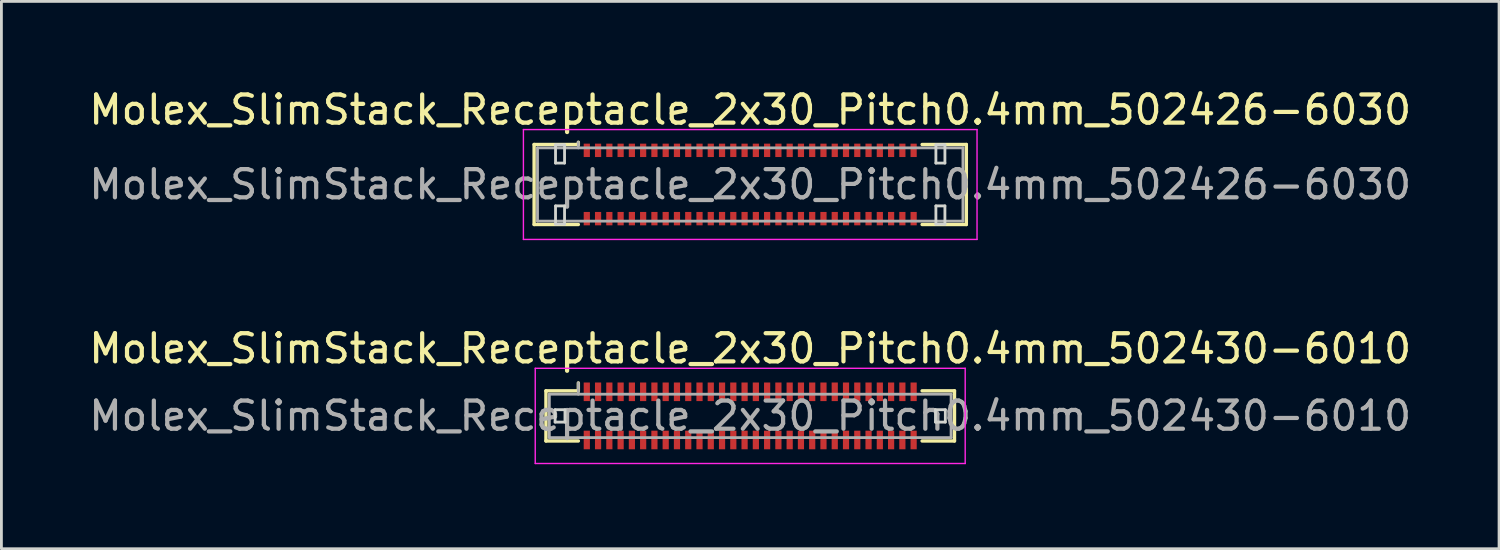
<source format=kicad_pcb>
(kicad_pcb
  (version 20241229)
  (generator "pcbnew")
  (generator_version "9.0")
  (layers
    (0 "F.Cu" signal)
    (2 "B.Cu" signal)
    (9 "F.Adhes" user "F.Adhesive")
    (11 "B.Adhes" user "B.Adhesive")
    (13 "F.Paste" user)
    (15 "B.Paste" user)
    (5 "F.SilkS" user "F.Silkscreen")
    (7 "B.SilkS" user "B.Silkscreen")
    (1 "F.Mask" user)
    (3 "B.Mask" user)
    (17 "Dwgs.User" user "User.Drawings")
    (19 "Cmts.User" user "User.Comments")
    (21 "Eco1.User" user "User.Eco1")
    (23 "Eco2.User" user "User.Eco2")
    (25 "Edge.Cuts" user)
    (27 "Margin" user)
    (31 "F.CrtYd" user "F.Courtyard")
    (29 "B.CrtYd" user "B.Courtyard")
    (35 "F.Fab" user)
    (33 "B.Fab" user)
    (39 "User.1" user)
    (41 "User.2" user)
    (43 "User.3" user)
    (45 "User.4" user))
  (footprint "Molex_SlimStack_Receptacle_2x30_Pitch0.4mm_502430-6010"
    (layer "F.Cu")
    (at 23.577 11.711)
    (property "Reference" "Molex_SlimStack_Receptacle_2x30_Pitch0.4mm_502430-6010" (at 0 -2.39 0) (layer "F.SilkS") (effects (font (size 1 1) (thickness 0.15))))
    (attr smd)
    (fp_line (start -7.25 -0.89) (end -6.1 -0.89) (stroke (width 0.12) (type solid)) (layer "F.SilkS"))
    (fp_line (start -7.25 0.89) (end -7.25 -0.89) (stroke (width 0.12) (type solid)) (layer "F.SilkS"))
    (fp_line (start -6.1 -0.89) (end -6.1 -1.17) (stroke (width 0.12) (type solid)) (layer "F.SilkS"))
    (fp_line (start -6.1 0.89) (end -7.25 0.89) (stroke (width 0.12) (type solid)) (layer "F.SilkS"))
    (fp_line (start 6.1 0.89) (end 7.25 0.89) (stroke (width 0.12) (type solid)) (layer "F.SilkS"))
    (fp_line (start 7.25 -0.89) (end 6.1 -0.89) (stroke (width 0.12) (type solid)) (layer "F.SilkS"))
    (fp_line (start 7.25 0.89) (end 7.25 -0.89) (stroke (width 0.12) (type solid)) (layer "F.SilkS"))
    (fp_line (start -6.925 -0.22) (end -6.925 0.22) (stroke (width 0.1) (type solid)) (layer "Edge.Cuts"))
    (fp_line (start -6.925 0.22) (end -6.575 0.22) (stroke (width 0.1) (type solid)) (layer "Edge.Cuts"))
    (fp_line (start -6.575 -0.22) (end -6.925 -0.22) (stroke (width 0.1) (type solid)) (layer "Edge.Cuts"))
    (fp_line (start -6.575 0.22) (end -6.575 -0.22) (stroke (width 0.1) (type solid)) (layer "Edge.Cuts"))
    (fp_line (start 6.575 -0.22) (end 6.575 0.22) (stroke (width 0.1) (type solid)) (layer "Edge.Cuts"))
    (fp_line (start 6.575 0.22) (end 6.925 0.22) (stroke (width 0.1) (type solid)) (layer "Edge.Cuts"))
    (fp_line (start 6.925 -0.22) (end 6.575 -0.22) (stroke (width 0.1) (type solid)) (layer "Edge.Cuts"))
    (fp_line (start 6.925 0.22) (end 6.925 -0.22) (stroke (width 0.1) (type solid)) (layer "Edge.Cuts"))
    (fp_line (start -7.63 -1.69) (end -7.63 1.69) (stroke (width 0.05) (type solid)) (layer "F.CrtYd"))
    (fp_line (start -7.63 1.69) (end 7.63 1.69) (stroke (width 0.05) (type solid)) (layer "F.CrtYd"))
    (fp_line (start 7.63 -1.69) (end -7.63 -1.69) (stroke (width 0.05) (type solid)) (layer "F.CrtYd"))
    (fp_line (start 7.63 1.69) (end 7.63 -1.69) (stroke (width 0.05) (type solid)) (layer "F.CrtYd"))
    (fp_line (start -7.13 -0.77) (end -7.13 0.77) (stroke (width 0.1) (type solid)) (layer "F.Fab"))
    (fp_line (start -7.13 0.77) (end 7.13 0.77) (stroke (width 0.1) (type solid)) (layer "F.Fab"))
    (fp_line (start -6.1 -0.77) (end -6.1 -1.17) (stroke (width 0.1) (type solid)) (layer "F.Fab"))
    (fp_line (start 7.13 -0.77) (end -7.13 -0.77) (stroke (width 0.1) (type solid)) (layer "F.Fab"))
    (fp_line (start 7.13 0.77) (end 7.13 -0.77) (stroke (width 0.1) (type solid)) (layer "F.Fab"))
    (fp_text user "${REFERENCE}" (at 0 0 0) (layer "F.Fab") (effects (font (size 1 1) (thickness 0.15))))
    (pad "1" smd rect (at -5.8 -0.855) (size 0.22 0.66) (layers "F.Cu" "F.Mask" "F.Paste"))
    (pad "2" smd rect (at -5.8 0.855) (size 0.22 0.66) (layers "F.Cu" "F.Mask" "F.Paste"))
    (pad "3" smd rect (at -5.4 -0.855) (size 0.22 0.66) (layers "F.Cu" "F.Mask" "F.Paste"))
    (pad "4" smd rect (at -5.4 0.855) (size 0.22 0.66) (layers "F.Cu" "F.Mask" "F.Paste"))
    (pad "5" smd rect (at -5 -0.855) (size 0.22 0.66) (layers "F.Cu" "F.Mask" "F.Paste"))
    (pad "6" smd rect (at -5 0.855) (size 0.22 0.66) (layers "F.Cu" "F.Mask" "F.Paste"))
    (pad "7" smd rect (at -4.6 -0.855) (size 0.22 0.66) (layers "F.Cu" "F.Mask" "F.Paste"))
    (pad "8" smd rect (at -4.6 0.855) (size 0.22 0.66) (layers "F.Cu" "F.Mask" "F.Paste"))
    (pad "9" smd rect (at -4.2 -0.855) (size 0.22 0.66) (layers "F.Cu" "F.Mask" "F.Paste"))
    (pad "10" smd rect (at -4.2 0.855) (size 0.22 0.66) (layers "F.Cu" "F.Mask" "F.Paste"))
    (pad "11" smd rect (at -3.8 -0.855) (size 0.22 0.66) (layers "F.Cu" "F.Mask" "F.Paste"))
    (pad "12" smd rect (at -3.8 0.855) (size 0.22 0.66) (layers "F.Cu" "F.Mask" "F.Paste"))
    (pad "13" smd rect (at -3.4 -0.855) (size 0.22 0.66) (layers "F.Cu" "F.Mask" "F.Paste"))
    (pad "14" smd rect (at -3.4 0.855) (size 0.22 0.66) (layers "F.Cu" "F.Mask" "F.Paste"))
    (pad "15" smd rect (at -3 -0.855) (size 0.22 0.66) (layers "F.Cu" "F.Mask" "F.Paste"))
    (pad "16" smd rect (at -3 0.855) (size 0.22 0.66) (layers "F.Cu" "F.Mask" "F.Paste"))
    (pad "17" smd rect (at -2.6 -0.855) (size 0.22 0.66) (layers "F.Cu" "F.Mask" "F.Paste"))
    (pad "18" smd rect (at -2.6 0.855) (size 0.22 0.66) (layers "F.Cu" "F.Mask" "F.Paste"))
    (pad "19" smd rect (at -2.2 -0.855) (size 0.22 0.66) (layers "F.Cu" "F.Mask" "F.Paste"))
    (pad "20" smd rect (at -2.2 0.855) (size 0.22 0.66) (layers "F.Cu" "F.Mask" "F.Paste"))
    (pad "21" smd rect (at -1.8 -0.855) (size 0.22 0.66) (layers "F.Cu" "F.Mask" "F.Paste"))
    (pad "22" smd rect (at -1.8 0.855) (size 0.22 0.66) (layers "F.Cu" "F.Mask" "F.Paste"))
    (pad "23" smd rect (at -1.4 -0.855) (size 0.22 0.66) (layers "F.Cu" "F.Mask" "F.Paste"))
    (pad "24" smd rect (at -1.4 0.855) (size 0.22 0.66) (layers "F.Cu" "F.Mask" "F.Paste"))
    (pad "25" smd rect (at -1 -0.855) (size 0.22 0.66) (layers "F.Cu" "F.Mask" "F.Paste"))
    (pad "26" smd rect (at -1 0.855) (size 0.22 0.66) (layers "F.Cu" "F.Mask" "F.Paste"))
    (pad "27" smd rect (at -0.6 -0.855) (size 0.22 0.66) (layers "F.Cu" "F.Mask" "F.Paste"))
    (pad "28" smd rect (at -0.6 0.855) (size 0.22 0.66) (layers "F.Cu" "F.Mask" "F.Paste"))
    (pad "29" smd rect (at -0.2 -0.855) (size 0.22 0.66) (layers "F.Cu" "F.Mask" "F.Paste"))
    (pad "30" smd rect (at -0.2 0.855) (size 0.22 0.66) (layers "F.Cu" "F.Mask" "F.Paste"))
    (pad "31" smd rect (at 0.2 -0.855) (size 0.22 0.66) (layers "F.Cu" "F.Mask" "F.Paste"))
    (pad "32" smd rect (at 0.2 0.855) (size 0.22 0.66) (layers "F.Cu" "F.Mask" "F.Paste"))
    (pad "33" smd rect (at 0.6 -0.855) (size 0.22 0.66) (layers "F.Cu" "F.Mask" "F.Paste"))
    (pad "34" smd rect (at 0.6 0.855) (size 0.22 0.66) (layers "F.Cu" "F.Mask" "F.Paste"))
    (pad "35" smd rect (at 1 -0.855) (size 0.22 0.66) (layers "F.Cu" "F.Mask" "F.Paste"))
    (pad "36" smd rect (at 1 0.855) (size 0.22 0.66) (layers "F.Cu" "F.Mask" "F.Paste"))
    (pad "37" smd rect (at 1.4 -0.855) (size 0.22 0.66) (layers "F.Cu" "F.Mask" "F.Paste"))
    (pad "38" smd rect (at 1.4 0.855) (size 0.22 0.66) (layers "F.Cu" "F.Mask" "F.Paste"))
    (pad "39" smd rect (at 1.8 -0.855) (size 0.22 0.66) (layers "F.Cu" "F.Mask" "F.Paste"))
    (pad "40" smd rect (at 1.8 0.855) (size 0.22 0.66) (layers "F.Cu" "F.Mask" "F.Paste"))
    (pad "41" smd rect (at 2.2 -0.855) (size 0.22 0.66) (layers "F.Cu" "F.Mask" "F.Paste"))
    (pad "42" smd rect (at 2.2 0.855) (size 0.22 0.66) (layers "F.Cu" "F.Mask" "F.Paste"))
    (pad "43" smd rect (at 2.6 -0.855) (size 0.22 0.66) (layers "F.Cu" "F.Mask" "F.Paste"))
    (pad "44" smd rect (at 2.6 0.855) (size 0.22 0.66) (layers "F.Cu" "F.Mask" "F.Paste"))
    (pad "45" smd rect (at 3 -0.855) (size 0.22 0.66) (layers "F.Cu" "F.Mask" "F.Paste"))
    (pad "46" smd rect (at 3 0.855) (size 0.22 0.66) (layers "F.Cu" "F.Mask" "F.Paste"))
    (pad "47" smd rect (at 3.4 -0.855) (size 0.22 0.66) (layers "F.Cu" "F.Mask" "F.Paste"))
    (pad "48" smd rect (at 3.4 0.855) (size 0.22 0.66) (layers "F.Cu" "F.Mask" "F.Paste"))
    (pad "49" smd rect (at 3.8 -0.855) (size 0.22 0.66) (layers "F.Cu" "F.Mask" "F.Paste"))
    (pad "50" smd rect (at 3.8 0.855) (size 0.22 0.66) (layers "F.Cu" "F.Mask" "F.Paste"))
    (pad "51" smd rect (at 4.2 -0.855) (size 0.22 0.66) (layers "F.Cu" "F.Mask" "F.Paste"))
    (pad "52" smd rect (at 4.2 0.855) (size 0.22 0.66) (layers "F.Cu" "F.Mask" "F.Paste"))
    (pad "53" smd rect (at 4.6 -0.855) (size 0.22 0.66) (layers "F.Cu" "F.Mask" "F.Paste"))
    (pad "54" smd rect (at 4.6 0.855) (size 0.22 0.66) (layers "F.Cu" "F.Mask" "F.Paste"))
    (pad "55" smd rect (at 5 -0.855) (size 0.22 0.66) (layers "F.Cu" "F.Mask" "F.Paste"))
    (pad "56" smd rect (at 5 0.855) (size 0.22 0.66) (layers "F.Cu" "F.Mask" "F.Paste"))
    (pad "57" smd rect (at 5.4 -0.855) (size 0.22 0.66) (layers "F.Cu" "F.Mask" "F.Paste"))
    (pad "58" smd rect (at 5.4 0.855) (size 0.22 0.66) (layers "F.Cu" "F.Mask" "F.Paste"))
    (pad "59" smd rect (at 5.8 -0.855) (size 0.22 0.66) (layers "F.Cu" "F.Mask" "F.Paste"))
    (pad "60" smd rect (at 5.8 0.855) (size 0.22 0.66) (layers "F.Cu" "F.Mask" "F.Paste")))
  (footprint "Molex_SlimStack_Receptacle_2x30_Pitch0.4mm_502426-6030"
    (layer "F.Cu")
    (at 23.577 3.498)
    (property "Reference" "Molex_SlimStack_Receptacle_2x30_Pitch0.4mm_502426-6030" (at 0 -2.65 0) (layer "F.SilkS") (effects (font (size 1 1) (thickness 0.15))))
    (attr smd)
    (fp_line (start -7.67 -1.42) (end -6.1 -1.42) (stroke (width 0.12) (type solid)) (layer "F.SilkS"))
    (fp_line (start -7.67 1.42) (end -7.67 -1.42) (stroke (width 0.12) (type solid)) (layer "F.SilkS"))
    (fp_line (start -6.1 -1.42) (end -6.1 -1.5) (stroke (width 0.12) (type solid)) (layer "F.SilkS"))
    (fp_line (start -6.1 1.42) (end -7.67 1.42) (stroke (width 0.12) (type solid)) (layer "F.SilkS"))
    (fp_line (start 6.1 1.42) (end 7.67 1.42) (stroke (width 0.12) (type solid)) (layer "F.SilkS"))
    (fp_line (start 7.67 -1.42) (end 6.1 -1.42) (stroke (width 0.12) (type solid)) (layer "F.SilkS"))
    (fp_line (start 7.67 1.42) (end 7.67 -1.42) (stroke (width 0.12) (type solid)) (layer "F.SilkS"))
    (fp_line (start -6.91 -1.41) (end -6.91 -0.76) (stroke (width 0.1) (type solid)) (layer "Edge.Cuts"))
    (fp_line (start -6.91 -0.76) (end -6.59 -0.76) (stroke (width 0.1) (type solid)) (layer "Edge.Cuts"))
    (fp_line (start -6.91 0.76) (end -6.91 1.41) (stroke (width 0.1) (type solid)) (layer "Edge.Cuts"))
    (fp_line (start -6.91 1.41) (end -6.59 1.41) (stroke (width 0.1) (type solid)) (layer "Edge.Cuts"))
    (fp_line (start -6.59 -1.41) (end -6.91 -1.41) (stroke (width 0.1) (type solid)) (layer "Edge.Cuts"))
    (fp_line (start -6.59 -0.76) (end -6.59 -1.41) (stroke (width 0.1) (type solid)) (layer "Edge.Cuts"))
    (fp_line (start -6.59 0.76) (end -6.91 0.76) (stroke (width 0.1) (type solid)) (layer "Edge.Cuts"))
    (fp_line (start -6.59 1.41) (end -6.59 0.76) (stroke (width 0.1) (type solid)) (layer "Edge.Cuts"))
    (fp_line (start 6.59 -1.41) (end 6.59 -0.76) (stroke (width 0.1) (type solid)) (layer "Edge.Cuts"))
    (fp_line (start 6.59 -0.76) (end 6.91 -0.76) (stroke (width 0.1) (type solid)) (layer "Edge.Cuts"))
    (fp_line (start 6.59 0.76) (end 6.59 1.41) (stroke (width 0.1) (type solid)) (layer "Edge.Cuts"))
    (fp_line (start 6.59 1.41) (end 6.91 1.41) (stroke (width 0.1) (type solid)) (layer "Edge.Cuts"))
    (fp_line (start 6.91 -1.41) (end 6.59 -1.41) (stroke (width 0.1) (type solid)) (layer "Edge.Cuts"))
    (fp_line (start 6.91 -0.76) (end 6.91 -1.41) (stroke (width 0.1) (type solid)) (layer "Edge.Cuts"))
    (fp_line (start 6.91 0.76) (end 6.59 0.76) (stroke (width 0.1) (type solid)) (layer "Edge.Cuts"))
    (fp_line (start 6.91 1.41) (end 6.91 0.76) (stroke (width 0.1) (type solid)) (layer "Edge.Cuts"))
    (fp_line (start -8.05 -1.95) (end -8.05 1.95) (stroke (width 0.05) (type solid)) (layer "F.CrtYd"))
    (fp_line (start -8.05 1.95) (end 8.05 1.95) (stroke (width 0.05) (type solid)) (layer "F.CrtYd"))
    (fp_line (start 8.05 -1.95) (end -8.05 -1.95) (stroke (width 0.05) (type solid)) (layer "F.CrtYd"))
    (fp_line (start 8.05 1.95) (end 8.05 -1.95) (stroke (width 0.05) (type solid)) (layer "F.CrtYd"))
    (fp_line (start -7.55 -1.3) (end -7.55 1.3) (stroke (width 0.1) (type solid)) (layer "F.Fab"))
    (fp_line (start -7.55 1.3) (end 7.55 1.3) (stroke (width 0.1) (type solid)) (layer "F.Fab"))
    (fp_line (start -6.1 -1.3) (end -6.1 -1.5) (stroke (width 0.1) (type solid)) (layer "F.Fab"))
    (fp_line (start 7.55 -1.3) (end -7.55 -1.3) (stroke (width 0.1) (type solid)) (layer "F.Fab"))
    (fp_line (start 7.55 1.3) (end 7.55 -1.3) (stroke (width 0.1) (type solid)) (layer "F.Fab"))
    (fp_text user "${REFERENCE}" (at 0 0 0) (layer "F.Fab") (effects (font (size 1 1) (thickness 0.15))))
    (pad "1" smd rect (at -5.8 -1.212) (size 0.22 0.475) (layers "F.Cu" "F.Mask" "F.Paste"))
    (pad "2" smd rect (at -5.8 1.212) (size 0.22 0.475) (layers "F.Cu" "F.Mask" "F.Paste"))
    (pad "3" smd rect (at -5.4 -1.212) (size 0.22 0.475) (layers "F.Cu" "F.Mask" "F.Paste"))
    (pad "4" smd rect (at -5.4 1.212) (size 0.22 0.475) (layers "F.Cu" "F.Mask" "F.Paste"))
    (pad "5" smd rect (at -5 -1.212) (size 0.22 0.475) (layers "F.Cu" "F.Mask" "F.Paste"))
    (pad "6" smd rect (at -5 1.212) (size 0.22 0.475) (layers "F.Cu" "F.Mask" "F.Paste"))
    (pad "7" smd rect (at -4.6 -1.212) (size 0.22 0.475) (layers "F.Cu" "F.Mask" "F.Paste"))
    (pad "8" smd rect (at -4.6 1.212) (size 0.22 0.475) (layers "F.Cu" "F.Mask" "F.Paste"))
    (pad "9" smd rect (at -4.2 -1.212) (size 0.22 0.475) (layers "F.Cu" "F.Mask" "F.Paste"))
    (pad "10" smd rect (at -4.2 1.212) (size 0.22 0.475) (layers "F.Cu" "F.Mask" "F.Paste"))
    (pad "11" smd rect (at -3.8 -1.212) (size 0.22 0.475) (layers "F.Cu" "F.Mask" "F.Paste"))
    (pad "12" smd rect (at -3.8 1.212) (size 0.22 0.475) (layers "F.Cu" "F.Mask" "F.Paste"))
    (pad "13" smd rect (at -3.4 -1.212) (size 0.22 0.475) (layers "F.Cu" "F.Mask" "F.Paste"))
    (pad "14" smd rect (at -3.4 1.212) (size 0.22 0.475) (layers "F.Cu" "F.Mask" "F.Paste"))
    (pad "15" smd rect (at -3 -1.212) (size 0.22 0.475) (layers "F.Cu" "F.Mask" "F.Paste"))
    (pad "16" smd rect (at -3 1.212) (size 0.22 0.475) (layers "F.Cu" "F.Mask" "F.Paste"))
    (pad "17" smd rect (at -2.6 -1.212) (size 0.22 0.475) (layers "F.Cu" "F.Mask" "F.Paste"))
    (pad "18" smd rect (at -2.6 1.212) (size 0.22 0.475) (layers "F.Cu" "F.Mask" "F.Paste"))
    (pad "19" smd rect (at -2.2 -1.212) (size 0.22 0.475) (layers "F.Cu" "F.Mask" "F.Paste"))
    (pad "20" smd rect (at -2.2 1.212) (size 0.22 0.475) (layers "F.Cu" "F.Mask" "F.Paste"))
    (pad "21" smd rect (at -1.8 -1.212) (size 0.22 0.475) (layers "F.Cu" "F.Mask" "F.Paste"))
    (pad "22" smd rect (at -1.8 1.212) (size 0.22 0.475) (layers "F.Cu" "F.Mask" "F.Paste"))
    (pad "23" smd rect (at -1.4 -1.212) (size 0.22 0.475) (layers "F.Cu" "F.Mask" "F.Paste"))
    (pad "24" smd rect (at -1.4 1.212) (size 0.22 0.475) (layers "F.Cu" "F.Mask" "F.Paste"))
    (pad "25" smd rect (at -1 -1.212) (size 0.22 0.475) (layers "F.Cu" "F.Mask" "F.Paste"))
    (pad "26" smd rect (at -1 1.212) (size 0.22 0.475) (layers "F.Cu" "F.Mask" "F.Paste"))
    (pad "27" smd rect (at -0.6 -1.212) (size 0.22 0.475) (layers "F.Cu" "F.Mask" "F.Paste"))
    (pad "28" smd rect (at -0.6 1.212) (size 0.22 0.475) (layers "F.Cu" "F.Mask" "F.Paste"))
    (pad "29" smd rect (at -0.2 -1.212) (size 0.22 0.475) (layers "F.Cu" "F.Mask" "F.Paste"))
    (pad "30" smd rect (at -0.2 1.212) (size 0.22 0.475) (layers "F.Cu" "F.Mask" "F.Paste"))
    (pad "31" smd rect (at 0.2 -1.212) (size 0.22 0.475) (layers "F.Cu" "F.Mask" "F.Paste"))
    (pad "32" smd rect (at 0.2 1.212) (size 0.22 0.475) (layers "F.Cu" "F.Mask" "F.Paste"))
    (pad "33" smd rect (at 0.6 -1.212) (size 0.22 0.475) (layers "F.Cu" "F.Mask" "F.Paste"))
    (pad "34" smd rect (at 0.6 1.212) (size 0.22 0.475) (layers "F.Cu" "F.Mask" "F.Paste"))
    (pad "35" smd rect (at 1 -1.212) (size 0.22 0.475) (layers "F.Cu" "F.Mask" "F.Paste"))
    (pad "36" smd rect (at 1 1.212) (size 0.22 0.475) (layers "F.Cu" "F.Mask" "F.Paste"))
    (pad "37" smd rect (at 1.4 -1.212) (size 0.22 0.475) (layers "F.Cu" "F.Mask" "F.Paste"))
    (pad "38" smd rect (at 1.4 1.212) (size 0.22 0.475) (layers "F.Cu" "F.Mask" "F.Paste"))
    (pad "39" smd rect (at 1.8 -1.212) (size 0.22 0.475) (layers "F.Cu" "F.Mask" "F.Paste"))
    (pad "40" smd rect (at 1.8 1.212) (size 0.22 0.475) (layers "F.Cu" "F.Mask" "F.Paste"))
    (pad "41" smd rect (at 2.2 -1.212) (size 0.22 0.475) (layers "F.Cu" "F.Mask" "F.Paste"))
    (pad "42" smd rect (at 2.2 1.212) (size 0.22 0.475) (layers "F.Cu" "F.Mask" "F.Paste"))
    (pad "43" smd rect (at 2.6 -1.212) (size 0.22 0.475) (layers "F.Cu" "F.Mask" "F.Paste"))
    (pad "44" smd rect (at 2.6 1.212) (size 0.22 0.475) (layers "F.Cu" "F.Mask" "F.Paste"))
    (pad "45" smd rect (at 3 -1.212) (size 0.22 0.475) (layers "F.Cu" "F.Mask" "F.Paste"))
    (pad "46" smd rect (at 3 1.212) (size 0.22 0.475) (layers "F.Cu" "F.Mask" "F.Paste"))
    (pad "47" smd rect (at 3.4 -1.212) (size 0.22 0.475) (layers "F.Cu" "F.Mask" "F.Paste"))
    (pad "48" smd rect (at 3.4 1.212) (size 0.22 0.475) (layers "F.Cu" "F.Mask" "F.Paste"))
    (pad "49" smd rect (at 3.8 -1.212) (size 0.22 0.475) (layers "F.Cu" "F.Mask" "F.Paste"))
    (pad "50" smd rect (at 3.8 1.212) (size 0.22 0.475) (layers "F.Cu" "F.Mask" "F.Paste"))
    (pad "51" smd rect (at 4.2 -1.212) (size 0.22 0.475) (layers "F.Cu" "F.Mask" "F.Paste"))
    (pad "52" smd rect (at 4.2 1.212) (size 0.22 0.475) (layers "F.Cu" "F.Mask" "F.Paste"))
    (pad "53" smd rect (at 4.6 -1.212) (size 0.22 0.475) (layers "F.Cu" "F.Mask" "F.Paste"))
    (pad "54" smd rect (at 4.6 1.212) (size 0.22 0.475) (layers "F.Cu" "F.Mask" "F.Paste"))
    (pad "55" smd rect (at 5 -1.212) (size 0.22 0.475) (layers "F.Cu" "F.Mask" "F.Paste"))
    (pad "56" smd rect (at 5 1.212) (size 0.22 0.475) (layers "F.Cu" "F.Mask" "F.Paste"))
    (pad "57" smd rect (at 5.4 -1.212) (size 0.22 0.475) (layers "F.Cu" "F.Mask" "F.Paste"))
    (pad "58" smd rect (at 5.4 1.212) (size 0.22 0.475) (layers "F.Cu" "F.Mask" "F.Paste"))
    (pad "59" smd rect (at 5.8 -1.212) (size 0.22 0.475) (layers "F.Cu" "F.Mask" "F.Paste"))
    (pad "60" smd rect (at 5.8 1.212) (size 0.22 0.475) (layers "F.Cu" "F.Mask" "F.Paste")))
  (gr_rect
    (start -3 -3)
    (end 50.155 16.427)
    (stroke (width 0.1) (type default))
    (fill no)
    (layer "Edge.Cuts")))
</source>
